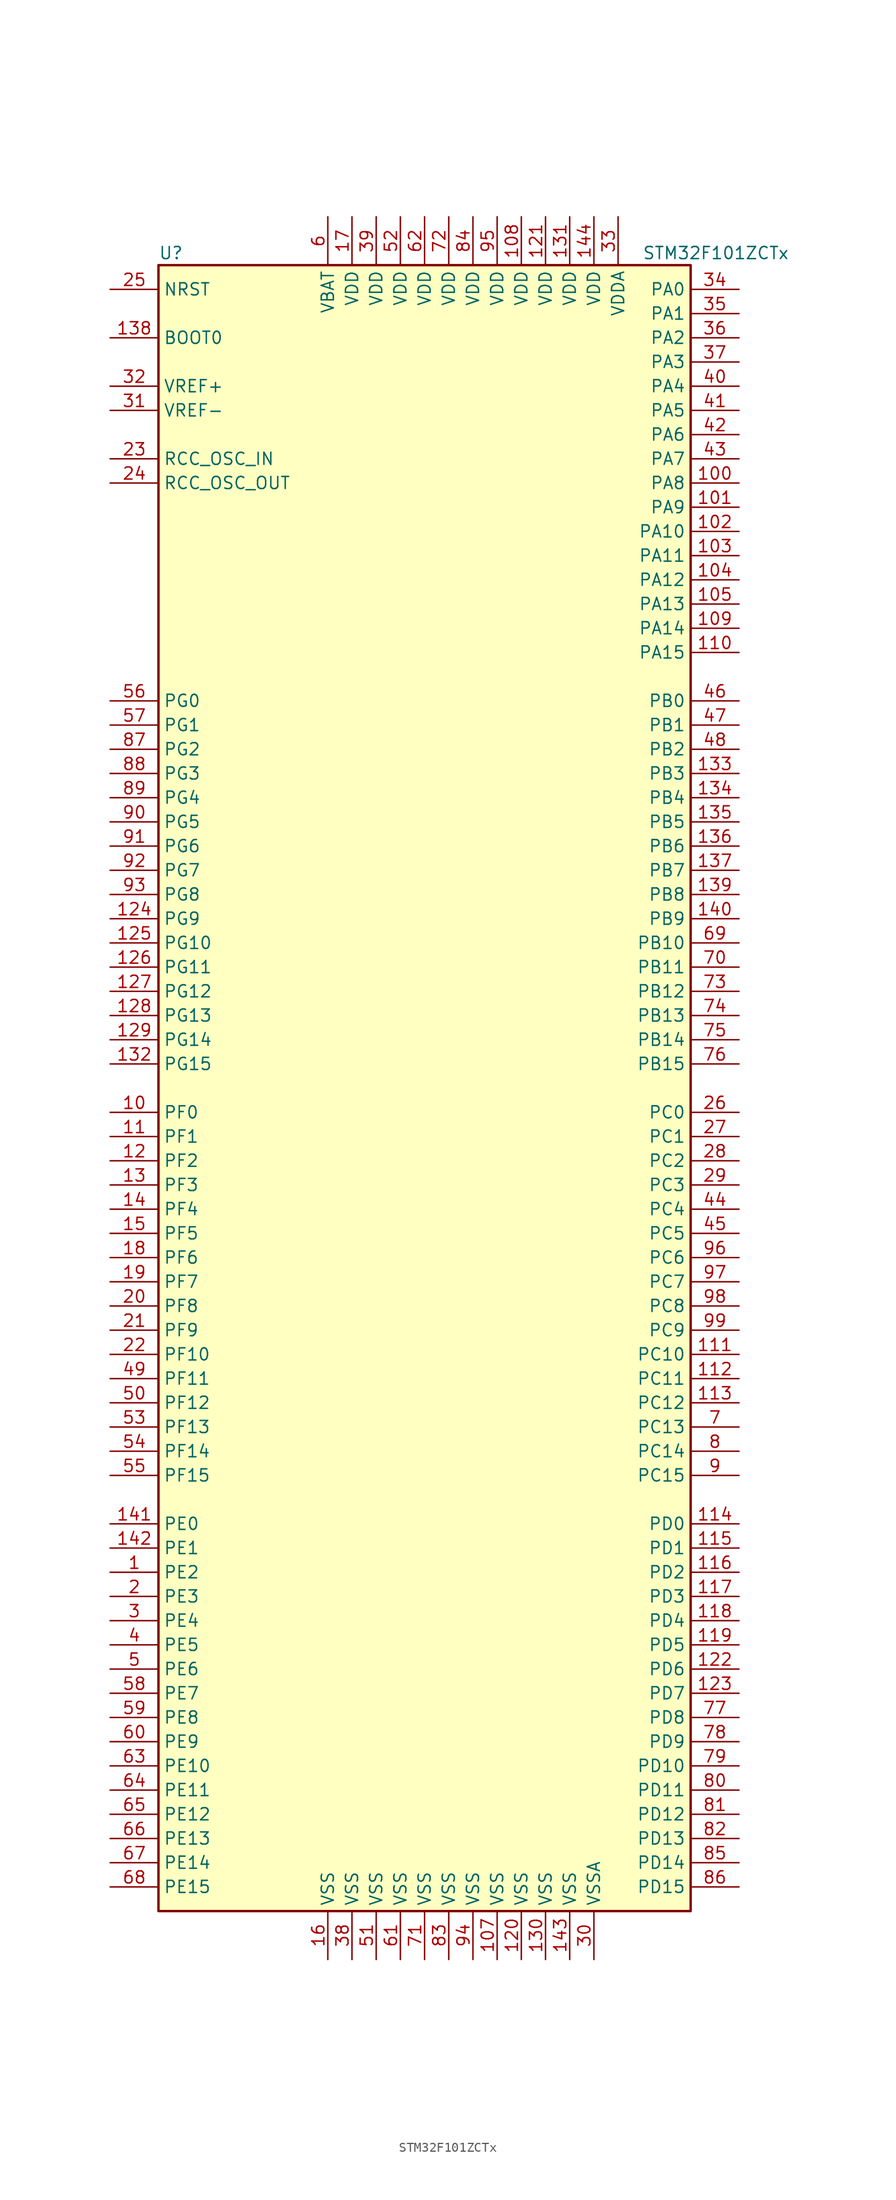
<source format=kicad_sym>
(kicad_symbol_lib
  (version 20201005)
  (generator kicad_symbol_editor)
  (symbol "STM32F101ZCTx"
    (property "Reference" "U"
      (at -27.94 87.63 0)
      (effects (font (size 1.27 1.27)) (justify left)))
    (property "Value" "STM32F101ZCTx"
      (at 22.86 87.63 0)
      (effects (font (size 1.27 1.27)) (justify left)))
    (symbol "STM32F101ZCTx_0_1"
      (rectangle (start -27.94 -86.36) (end 27.94 86.36) (stroke (width 0.254)) (fill (type background))))
    (symbol "STM32F101ZCTx_1_1"
      (pin bidirectional line (at -33.02 -50.8 0) (length 5.08) (name "PE2" (effects (font (size 1.27 1.27)))) (number "1" (effects (font (size 1.27 1.27)))))
      (pin bidirectional line (at -33.02 -2.54 0) (length 5.08) (name "PF0" (effects (font (size 1.27 1.27)))) (number "10" (effects (font (size 1.27 1.27)))))
      (pin bidirectional line (at 33.02 63.5 180) (length 5.08) (name "PA8" (effects (font (size 1.27 1.27)))) (number "100" (effects (font (size 1.27 1.27)))))
      (pin bidirectional line (at 33.02 60.96 180) (length 5.08) (name "PA9" (effects (font (size 1.27 1.27)))) (number "101" (effects (font (size 1.27 1.27)))))
      (pin bidirectional line (at 33.02 58.42 180) (length 5.08) (name "PA10" (effects (font (size 1.27 1.27)))) (number "102" (effects (font (size 1.27 1.27)))))
      (pin bidirectional line (at 33.02 55.88 180) (length 5.08) (name "PA11" (effects (font (size 1.27 1.27)))) (number "103" (effects (font (size 1.27 1.27)))))
      (pin bidirectional line (at 33.02 53.34 180) (length 5.08) (name "PA12" (effects (font (size 1.27 1.27)))) (number "104" (effects (font (size 1.27 1.27)))))
      (pin bidirectional line (at 33.02 50.8 180) (length 5.08) (name "PA13" (effects (font (size 1.27 1.27)))) (number "105" (effects (font (size 1.27 1.27)))))
      (pin no_connect line (at -27.94 -83.82 0) (length 5.08) hide (name "NC" (effects (font (size 1.27 1.27)))) (number "106" (effects (font (size 1.27 1.27)))))
      (pin power_in line (at 7.62 -91.44 90) (length 5.08) (name "VSS" (effects (font (size 1.27 1.27)))) (number "107" (effects (font (size 1.27 1.27)))))
      (pin power_in line (at 10.16 91.44 270) (length 5.08) (name "VDD" (effects (font (size 1.27 1.27)))) (number "108" (effects (font (size 1.27 1.27)))))
      (pin bidirectional line (at 33.02 48.26 180) (length 5.08) (name "PA14" (effects (font (size 1.27 1.27)))) (number "109" (effects (font (size 1.27 1.27)))))
      (pin bidirectional line (at -33.02 -5.08 0) (length 5.08) (name "PF1" (effects (font (size 1.27 1.27)))) (number "11" (effects (font (size 1.27 1.27)))))
      (pin bidirectional line (at 33.02 45.72 180) (length 5.08) (name "PA15" (effects (font (size 1.27 1.27)))) (number "110" (effects (font (size 1.27 1.27)))))
      (pin bidirectional line (at 33.02 -27.94 180) (length 5.08) (name "PC10" (effects (font (size 1.27 1.27)))) (number "111" (effects (font (size 1.27 1.27)))))
      (pin bidirectional line (at 33.02 -30.48 180) (length 5.08) (name "PC11" (effects (font (size 1.27 1.27)))) (number "112" (effects (font (size 1.27 1.27)))))
      (pin bidirectional line (at 33.02 -33.02 180) (length 5.08) (name "PC12" (effects (font (size 1.27 1.27)))) (number "113" (effects (font (size 1.27 1.27)))))
      (pin bidirectional line (at 33.02 -45.72 180) (length 5.08) (name "PD0" (effects (font (size 1.27 1.27)))) (number "114" (effects (font (size 1.27 1.27)))))
      (pin bidirectional line (at 33.02 -48.26 180) (length 5.08) (name "PD1" (effects (font (size 1.27 1.27)))) (number "115" (effects (font (size 1.27 1.27)))))
      (pin bidirectional line (at 33.02 -50.8 180) (length 5.08) (name "PD2" (effects (font (size 1.27 1.27)))) (number "116" (effects (font (size 1.27 1.27)))))
      (pin bidirectional line (at 33.02 -53.34 180) (length 5.08) (name "PD3" (effects (font (size 1.27 1.27)))) (number "117" (effects (font (size 1.27 1.27)))))
      (pin bidirectional line (at 33.02 -55.88 180) (length 5.08) (name "PD4" (effects (font (size 1.27 1.27)))) (number "118" (effects (font (size 1.27 1.27)))))
      (pin bidirectional line (at 33.02 -58.42 180) (length 5.08) (name "PD5" (effects (font (size 1.27 1.27)))) (number "119" (effects (font (size 1.27 1.27)))))
      (pin bidirectional line (at -33.02 -7.62 0) (length 5.08) (name "PF2" (effects (font (size 1.27 1.27)))) (number "12" (effects (font (size 1.27 1.27)))))
      (pin power_in line (at 10.16 -91.44 90) (length 5.08) (name "VSS" (effects (font (size 1.27 1.27)))) (number "120" (effects (font (size 1.27 1.27)))))
      (pin power_in line (at 12.7 91.44 270) (length 5.08) (name "VDD" (effects (font (size 1.27 1.27)))) (number "121" (effects (font (size 1.27 1.27)))))
      (pin bidirectional line (at 33.02 -60.96 180) (length 5.08) (name "PD6" (effects (font (size 1.27 1.27)))) (number "122" (effects (font (size 1.27 1.27)))))
      (pin bidirectional line (at 33.02 -63.5 180) (length 5.08) (name "PD7" (effects (font (size 1.27 1.27)))) (number "123" (effects (font (size 1.27 1.27)))))
      (pin bidirectional line (at -33.02 17.78 0) (length 5.08) (name "PG9" (effects (font (size 1.27 1.27)))) (number "124" (effects (font (size 1.27 1.27)))))
      (pin bidirectional line (at -33.02 15.24 0) (length 5.08) (name "PG10" (effects (font (size 1.27 1.27)))) (number "125" (effects (font (size 1.27 1.27)))))
      (pin bidirectional line (at -33.02 12.7 0) (length 5.08) (name "PG11" (effects (font (size 1.27 1.27)))) (number "126" (effects (font (size 1.27 1.27)))))
      (pin bidirectional line (at -33.02 10.16 0) (length 5.08) (name "PG12" (effects (font (size 1.27 1.27)))) (number "127" (effects (font (size 1.27 1.27)))))
      (pin bidirectional line (at -33.02 7.62 0) (length 5.08) (name "PG13" (effects (font (size 1.27 1.27)))) (number "128" (effects (font (size 1.27 1.27)))))
      (pin bidirectional line (at -33.02 5.08 0) (length 5.08) (name "PG14" (effects (font (size 1.27 1.27)))) (number "129" (effects (font (size 1.27 1.27)))))
      (pin bidirectional line (at -33.02 -10.16 0) (length 5.08) (name "PF3" (effects (font (size 1.27 1.27)))) (number "13" (effects (font (size 1.27 1.27)))))
      (pin power_in line (at 12.7 -91.44 90) (length 5.08) (name "VSS" (effects (font (size 1.27 1.27)))) (number "130" (effects (font (size 1.27 1.27)))))
      (pin power_in line (at 15.24 91.44 270) (length 5.08) (name "VDD" (effects (font (size 1.27 1.27)))) (number "131" (effects (font (size 1.27 1.27)))))
      (pin bidirectional line (at -33.02 2.54 0) (length 5.08) (name "PG15" (effects (font (size 1.27 1.27)))) (number "132" (effects (font (size 1.27 1.27)))))
      (pin bidirectional line (at 33.02 33.02 180) (length 5.08) (name "PB3" (effects (font (size 1.27 1.27)))) (number "133" (effects (font (size 1.27 1.27)))))
      (pin bidirectional line (at 33.02 30.48 180) (length 5.08) (name "PB4" (effects (font (size 1.27 1.27)))) (number "134" (effects (font (size 1.27 1.27)))))
      (pin bidirectional line (at 33.02 27.94 180) (length 5.08) (name "PB5" (effects (font (size 1.27 1.27)))) (number "135" (effects (font (size 1.27 1.27)))))
      (pin bidirectional line (at 33.02 25.4 180) (length 5.08) (name "PB6" (effects (font (size 1.27 1.27)))) (number "136" (effects (font (size 1.27 1.27)))))
      (pin bidirectional line (at 33.02 22.86 180) (length 5.08) (name "PB7" (effects (font (size 1.27 1.27)))) (number "137" (effects (font (size 1.27 1.27)))))
      (pin input line (at -33.02 78.74 0) (length 5.08) (name "BOOT0" (effects (font (size 1.27 1.27)))) (number "138" (effects (font (size 1.27 1.27)))))
      (pin bidirectional line (at 33.02 20.32 180) (length 5.08) (name "PB8" (effects (font (size 1.27 1.27)))) (number "139" (effects (font (size 1.27 1.27)))))
      (pin bidirectional line (at -33.02 -12.7 0) (length 5.08) (name "PF4" (effects (font (size 1.27 1.27)))) (number "14" (effects (font (size 1.27 1.27)))))
      (pin bidirectional line (at 33.02 17.78 180) (length 5.08) (name "PB9" (effects (font (size 1.27 1.27)))) (number "140" (effects (font (size 1.27 1.27)))))
      (pin bidirectional line (at -33.02 -45.72 0) (length 5.08) (name "PE0" (effects (font (size 1.27 1.27)))) (number "141" (effects (font (size 1.27 1.27)))))
      (pin bidirectional line (at -33.02 -48.26 0) (length 5.08) (name "PE1" (effects (font (size 1.27 1.27)))) (number "142" (effects (font (size 1.27 1.27)))))
      (pin power_in line (at 15.24 -91.44 90) (length 5.08) (name "VSS" (effects (font (size 1.27 1.27)))) (number "143" (effects (font (size 1.27 1.27)))))
      (pin power_in line (at 17.78 91.44 270) (length 5.08) (name "VDD" (effects (font (size 1.27 1.27)))) (number "144" (effects (font (size 1.27 1.27)))))
      (pin bidirectional line (at -33.02 -15.24 0) (length 5.08) (name "PF5" (effects (font (size 1.27 1.27)))) (number "15" (effects (font (size 1.27 1.27)))))
      (pin power_in line (at -10.16 -91.44 90) (length 5.08) (name "VSS" (effects (font (size 1.27 1.27)))) (number "16" (effects (font (size 1.27 1.27)))))
      (pin power_in line (at -7.62 91.44 270) (length 5.08) (name "VDD" (effects (font (size 1.27 1.27)))) (number "17" (effects (font (size 1.27 1.27)))))
      (pin bidirectional line (at -33.02 -17.78 0) (length 5.08) (name "PF6" (effects (font (size 1.27 1.27)))) (number "18" (effects (font (size 1.27 1.27)))))
      (pin bidirectional line (at -33.02 -20.32 0) (length 5.08) (name "PF7" (effects (font (size 1.27 1.27)))) (number "19" (effects (font (size 1.27 1.27)))))
      (pin bidirectional line (at -33.02 -53.34 0) (length 5.08) (name "PE3" (effects (font (size 1.27 1.27)))) (number "2" (effects (font (size 1.27 1.27)))))
      (pin bidirectional line (at -33.02 -22.86 0) (length 5.08) (name "PF8" (effects (font (size 1.27 1.27)))) (number "20" (effects (font (size 1.27 1.27)))))
      (pin bidirectional line (at -33.02 -25.4 0) (length 5.08) (name "PF9" (effects (font (size 1.27 1.27)))) (number "21" (effects (font (size 1.27 1.27)))))
      (pin bidirectional line (at -33.02 -27.94 0) (length 5.08) (name "PF10" (effects (font (size 1.27 1.27)))) (number "22" (effects (font (size 1.27 1.27)))))
      (pin input line (at -33.02 66.04 0) (length 5.08) (name "RCC_OSC_IN" (effects (font (size 1.27 1.27)))) (number "23" (effects (font (size 1.27 1.27)))))
      (pin input line (at -33.02 63.5 0) (length 5.08) (name "RCC_OSC_OUT" (effects (font (size 1.27 1.27)))) (number "24" (effects (font (size 1.27 1.27)))))
      (pin input line (at -33.02 83.82 0) (length 5.08) (name "NRST" (effects (font (size 1.27 1.27)))) (number "25" (effects (font (size 1.27 1.27)))))
      (pin bidirectional line (at 33.02 -2.54 180) (length 5.08) (name "PC0" (effects (font (size 1.27 1.27)))) (number "26" (effects (font (size 1.27 1.27)))))
      (pin bidirectional line (at 33.02 -5.08 180) (length 5.08) (name "PC1" (effects (font (size 1.27 1.27)))) (number "27" (effects (font (size 1.27 1.27)))))
      (pin bidirectional line (at 33.02 -7.62 180) (length 5.08) (name "PC2" (effects (font (size 1.27 1.27)))) (number "28" (effects (font (size 1.27 1.27)))))
      (pin bidirectional line (at 33.02 -10.16 180) (length 5.08) (name "PC3" (effects (font (size 1.27 1.27)))) (number "29" (effects (font (size 1.27 1.27)))))
      (pin bidirectional line (at -33.02 -55.88 0) (length 5.08) (name "PE4" (effects (font (size 1.27 1.27)))) (number "3" (effects (font (size 1.27 1.27)))))
      (pin power_in line (at 17.78 -91.44 90) (length 5.08) (name "VSSA" (effects (font (size 1.27 1.27)))) (number "30" (effects (font (size 1.27 1.27)))))
      (pin power_in line (at -33.02 71.12 0) (length 5.08) (name "VREF-" (effects (font (size 1.27 1.27)))) (number "31" (effects (font (size 1.27 1.27)))))
      (pin power_in line (at -33.02 73.66 0) (length 5.08) (name "VREF+" (effects (font (size 1.27 1.27)))) (number "32" (effects (font (size 1.27 1.27)))))
      (pin power_in line (at 20.32 91.44 270) (length 5.08) (name "VDDA" (effects (font (size 1.27 1.27)))) (number "33" (effects (font (size 1.27 1.27)))))
      (pin bidirectional line (at 33.02 83.82 180) (length 5.08) (name "PA0" (effects (font (size 1.27 1.27)))) (number "34" (effects (font (size 1.27 1.27)))))
      (pin bidirectional line (at 33.02 81.28 180) (length 5.08) (name "PA1" (effects (font (size 1.27 1.27)))) (number "35" (effects (font (size 1.27 1.27)))))
      (pin bidirectional line (at 33.02 78.74 180) (length 5.08) (name "PA2" (effects (font (size 1.27 1.27)))) (number "36" (effects (font (size 1.27 1.27)))))
      (pin bidirectional line (at 33.02 76.2 180) (length 5.08) (name "PA3" (effects (font (size 1.27 1.27)))) (number "37" (effects (font (size 1.27 1.27)))))
      (pin power_in line (at -7.62 -91.44 90) (length 5.08) (name "VSS" (effects (font (size 1.27 1.27)))) (number "38" (effects (font (size 1.27 1.27)))))
      (pin power_in line (at -5.08 91.44 270) (length 5.08) (name "VDD" (effects (font (size 1.27 1.27)))) (number "39" (effects (font (size 1.27 1.27)))))
      (pin bidirectional line (at -33.02 -58.42 0) (length 5.08) (name "PE5" (effects (font (size 1.27 1.27)))) (number "4" (effects (font (size 1.27 1.27)))))
      (pin bidirectional line (at 33.02 73.66 180) (length 5.08) (name "PA4" (effects (font (size 1.27 1.27)))) (number "40" (effects (font (size 1.27 1.27)))))
      (pin bidirectional line (at 33.02 71.12 180) (length 5.08) (name "PA5" (effects (font (size 1.27 1.27)))) (number "41" (effects (font (size 1.27 1.27)))))
      (pin bidirectional line (at 33.02 68.58 180) (length 5.08) (name "PA6" (effects (font (size 1.27 1.27)))) (number "42" (effects (font (size 1.27 1.27)))))
      (pin bidirectional line (at 33.02 66.04 180) (length 5.08) (name "PA7" (effects (font (size 1.27 1.27)))) (number "43" (effects (font (size 1.27 1.27)))))
      (pin bidirectional line (at 33.02 -12.7 180) (length 5.08) (name "PC4" (effects (font (size 1.27 1.27)))) (number "44" (effects (font (size 1.27 1.27)))))
      (pin bidirectional line (at 33.02 -15.24 180) (length 5.08) (name "PC5" (effects (font (size 1.27 1.27)))) (number "45" (effects (font (size 1.27 1.27)))))
      (pin bidirectional line (at 33.02 40.64 180) (length 5.08) (name "PB0" (effects (font (size 1.27 1.27)))) (number "46" (effects (font (size 1.27 1.27)))))
      (pin bidirectional line (at 33.02 38.1 180) (length 5.08) (name "PB1" (effects (font (size 1.27 1.27)))) (number "47" (effects (font (size 1.27 1.27)))))
      (pin bidirectional line (at 33.02 35.56 180) (length 5.08) (name "PB2" (effects (font (size 1.27 1.27)))) (number "48" (effects (font (size 1.27 1.27)))))
      (pin bidirectional line (at -33.02 -30.48 0) (length 5.08) (name "PF11" (effects (font (size 1.27 1.27)))) (number "49" (effects (font (size 1.27 1.27)))))
      (pin bidirectional line (at -33.02 -60.96 0) (length 5.08) (name "PE6" (effects (font (size 1.27 1.27)))) (number "5" (effects (font (size 1.27 1.27)))))
      (pin bidirectional line (at -33.02 -33.02 0) (length 5.08) (name "PF12" (effects (font (size 1.27 1.27)))) (number "50" (effects (font (size 1.27 1.27)))))
      (pin power_in line (at -5.08 -91.44 90) (length 5.08) (name "VSS" (effects (font (size 1.27 1.27)))) (number "51" (effects (font (size 1.27 1.27)))))
      (pin power_in line (at -2.54 91.44 270) (length 5.08) (name "VDD" (effects (font (size 1.27 1.27)))) (number "52" (effects (font (size 1.27 1.27)))))
      (pin bidirectional line (at -33.02 -35.56 0) (length 5.08) (name "PF13" (effects (font (size 1.27 1.27)))) (number "53" (effects (font (size 1.27 1.27)))))
      (pin bidirectional line (at -33.02 -38.1 0) (length 5.08) (name "PF14" (effects (font (size 1.27 1.27)))) (number "54" (effects (font (size 1.27 1.27)))))
      (pin bidirectional line (at -33.02 -40.64 0) (length 5.08) (name "PF15" (effects (font (size 1.27 1.27)))) (number "55" (effects (font (size 1.27 1.27)))))
      (pin bidirectional line (at -33.02 40.64 0) (length 5.08) (name "PG0" (effects (font (size 1.27 1.27)))) (number "56" (effects (font (size 1.27 1.27)))))
      (pin bidirectional line (at -33.02 38.1 0) (length 5.08) (name "PG1" (effects (font (size 1.27 1.27)))) (number "57" (effects (font (size 1.27 1.27)))))
      (pin bidirectional line (at -33.02 -63.5 0) (length 5.08) (name "PE7" (effects (font (size 1.27 1.27)))) (number "58" (effects (font (size 1.27 1.27)))))
      (pin bidirectional line (at -33.02 -66.04 0) (length 5.08) (name "PE8" (effects (font (size 1.27 1.27)))) (number "59" (effects (font (size 1.27 1.27)))))
      (pin power_in line (at -10.16 91.44 270) (length 5.08) (name "VBAT" (effects (font (size 1.27 1.27)))) (number "6" (effects (font (size 1.27 1.27)))))
      (pin bidirectional line (at -33.02 -68.58 0) (length 5.08) (name "PE9" (effects (font (size 1.27 1.27)))) (number "60" (effects (font (size 1.27 1.27)))))
      (pin power_in line (at -2.54 -91.44 90) (length 5.08) (name "VSS" (effects (font (size 1.27 1.27)))) (number "61" (effects (font (size 1.27 1.27)))))
      (pin power_in line (at 0 91.44 270) (length 5.08) (name "VDD" (effects (font (size 1.27 1.27)))) (number "62" (effects (font (size 1.27 1.27)))))
      (pin bidirectional line (at -33.02 -71.12 0) (length 5.08) (name "PE10" (effects (font (size 1.27 1.27)))) (number "63" (effects (font (size 1.27 1.27)))))
      (pin bidirectional line (at -33.02 -73.66 0) (length 5.08) (name "PE11" (effects (font (size 1.27 1.27)))) (number "64" (effects (font (size 1.27 1.27)))))
      (pin bidirectional line (at -33.02 -76.2 0) (length 5.08) (name "PE12" (effects (font (size 1.27 1.27)))) (number "65" (effects (font (size 1.27 1.27)))))
      (pin bidirectional line (at -33.02 -78.74 0) (length 5.08) (name "PE13" (effects (font (size 1.27 1.27)))) (number "66" (effects (font (size 1.27 1.27)))))
      (pin bidirectional line (at -33.02 -81.28 0) (length 5.08) (name "PE14" (effects (font (size 1.27 1.27)))) (number "67" (effects (font (size 1.27 1.27)))))
      (pin bidirectional line (at -33.02 -83.82 0) (length 5.08) (name "PE15" (effects (font (size 1.27 1.27)))) (number "68" (effects (font (size 1.27 1.27)))))
      (pin bidirectional line (at 33.02 15.24 180) (length 5.08) (name "PB10" (effects (font (size 1.27 1.27)))) (number "69" (effects (font (size 1.27 1.27)))))
      (pin bidirectional line (at 33.02 -35.56 180) (length 5.08) (name "PC13" (effects (font (size 1.27 1.27)))) (number "7" (effects (font (size 1.27 1.27)))))
      (pin bidirectional line (at 33.02 12.7 180) (length 5.08) (name "PB11" (effects (font (size 1.27 1.27)))) (number "70" (effects (font (size 1.27 1.27)))))
      (pin power_in line (at 0 -91.44 90) (length 5.08) (name "VSS" (effects (font (size 1.27 1.27)))) (number "71" (effects (font (size 1.27 1.27)))))
      (pin power_in line (at 2.54 91.44 270) (length 5.08) (name "VDD" (effects (font (size 1.27 1.27)))) (number "72" (effects (font (size 1.27 1.27)))))
      (pin bidirectional line (at 33.02 10.16 180) (length 5.08) (name "PB12" (effects (font (size 1.27 1.27)))) (number "73" (effects (font (size 1.27 1.27)))))
      (pin bidirectional line (at 33.02 7.62 180) (length 5.08) (name "PB13" (effects (font (size 1.27 1.27)))) (number "74" (effects (font (size 1.27 1.27)))))
      (pin bidirectional line (at 33.02 5.08 180) (length 5.08) (name "PB14" (effects (font (size 1.27 1.27)))) (number "75" (effects (font (size 1.27 1.27)))))
      (pin bidirectional line (at 33.02 2.54 180) (length 5.08) (name "PB15" (effects (font (size 1.27 1.27)))) (number "76" (effects (font (size 1.27 1.27)))))
      (pin bidirectional line (at 33.02 -66.04 180) (length 5.08) (name "PD8" (effects (font (size 1.27 1.27)))) (number "77" (effects (font (size 1.27 1.27)))))
      (pin bidirectional line (at 33.02 -68.58 180) (length 5.08) (name "PD9" (effects (font (size 1.27 1.27)))) (number "78" (effects (font (size 1.27 1.27)))))
      (pin bidirectional line (at 33.02 -71.12 180) (length 5.08) (name "PD10" (effects (font (size 1.27 1.27)))) (number "79" (effects (font (size 1.27 1.27)))))
      (pin bidirectional line (at 33.02 -38.1 180) (length 5.08) (name "PC14" (effects (font (size 1.27 1.27)))) (number "8" (effects (font (size 1.27 1.27)))))
      (pin bidirectional line (at 33.02 -73.66 180) (length 5.08) (name "PD11" (effects (font (size 1.27 1.27)))) (number "80" (effects (font (size 1.27 1.27)))))
      (pin bidirectional line (at 33.02 -76.2 180) (length 5.08) (name "PD12" (effects (font (size 1.27 1.27)))) (number "81" (effects (font (size 1.27 1.27)))))
      (pin bidirectional line (at 33.02 -78.74 180) (length 5.08) (name "PD13" (effects (font (size 1.27 1.27)))) (number "82" (effects (font (size 1.27 1.27)))))
      (pin power_in line (at 2.54 -91.44 90) (length 5.08) (name "VSS" (effects (font (size 1.27 1.27)))) (number "83" (effects (font (size 1.27 1.27)))))
      (pin power_in line (at 5.08 91.44 270) (length 5.08) (name "VDD" (effects (font (size 1.27 1.27)))) (number "84" (effects (font (size 1.27 1.27)))))
      (pin bidirectional line (at 33.02 -81.28 180) (length 5.08) (name "PD14" (effects (font (size 1.27 1.27)))) (number "85" (effects (font (size 1.27 1.27)))))
      (pin bidirectional line (at 33.02 -83.82 180) (length 5.08) (name "PD15" (effects (font (size 1.27 1.27)))) (number "86" (effects (font (size 1.27 1.27)))))
      (pin bidirectional line (at -33.02 35.56 0) (length 5.08) (name "PG2" (effects (font (size 1.27 1.27)))) (number "87" (effects (font (size 1.27 1.27)))))
      (pin bidirectional line (at -33.02 33.02 0) (length 5.08) (name "PG3" (effects (font (size 1.27 1.27)))) (number "88" (effects (font (size 1.27 1.27)))))
      (pin bidirectional line (at -33.02 30.48 0) (length 5.08) (name "PG4" (effects (font (size 1.27 1.27)))) (number "89" (effects (font (size 1.27 1.27)))))
      (pin bidirectional line (at 33.02 -40.64 180) (length 5.08) (name "PC15" (effects (font (size 1.27 1.27)))) (number "9" (effects (font (size 1.27 1.27)))))
      (pin bidirectional line (at -33.02 27.94 0) (length 5.08) (name "PG5" (effects (font (size 1.27 1.27)))) (number "90" (effects (font (size 1.27 1.27)))))
      (pin bidirectional line (at -33.02 25.4 0) (length 5.08) (name "PG6" (effects (font (size 1.27 1.27)))) (number "91" (effects (font (size 1.27 1.27)))))
      (pin bidirectional line (at -33.02 22.86 0) (length 5.08) (name "PG7" (effects (font (size 1.27 1.27)))) (number "92" (effects (font (size 1.27 1.27)))))
      (pin bidirectional line (at -33.02 20.32 0) (length 5.08) (name "PG8" (effects (font (size 1.27 1.27)))) (number "93" (effects (font (size 1.27 1.27)))))
      (pin power_in line (at 5.08 -91.44 90) (length 5.08) (name "VSS" (effects (font (size 1.27 1.27)))) (number "94" (effects (font (size 1.27 1.27)))))
      (pin power_in line (at 7.62 91.44 270) (length 5.08) (name "VDD" (effects (font (size 1.27 1.27)))) (number "95" (effects (font (size 1.27 1.27)))))
      (pin bidirectional line (at 33.02 -17.78 180) (length 5.08) (name "PC6" (effects (font (size 1.27 1.27)))) (number "96" (effects (font (size 1.27 1.27)))))
      (pin bidirectional line (at 33.02 -20.32 180) (length 5.08) (name "PC7" (effects (font (size 1.27 1.27)))) (number "97" (effects (font (size 1.27 1.27)))))
      (pin bidirectional line (at 33.02 -22.86 180) (length 5.08) (name "PC8" (effects (font (size 1.27 1.27)))) (number "98" (effects (font (size 1.27 1.27)))))
      (pin bidirectional line (at 33.02 -25.4 180) (length 5.08) (name "PC9" (effects (font (size 1.27 1.27)))) (number "99" (effects (font (size 1.27 1.27))))))))
</source>
